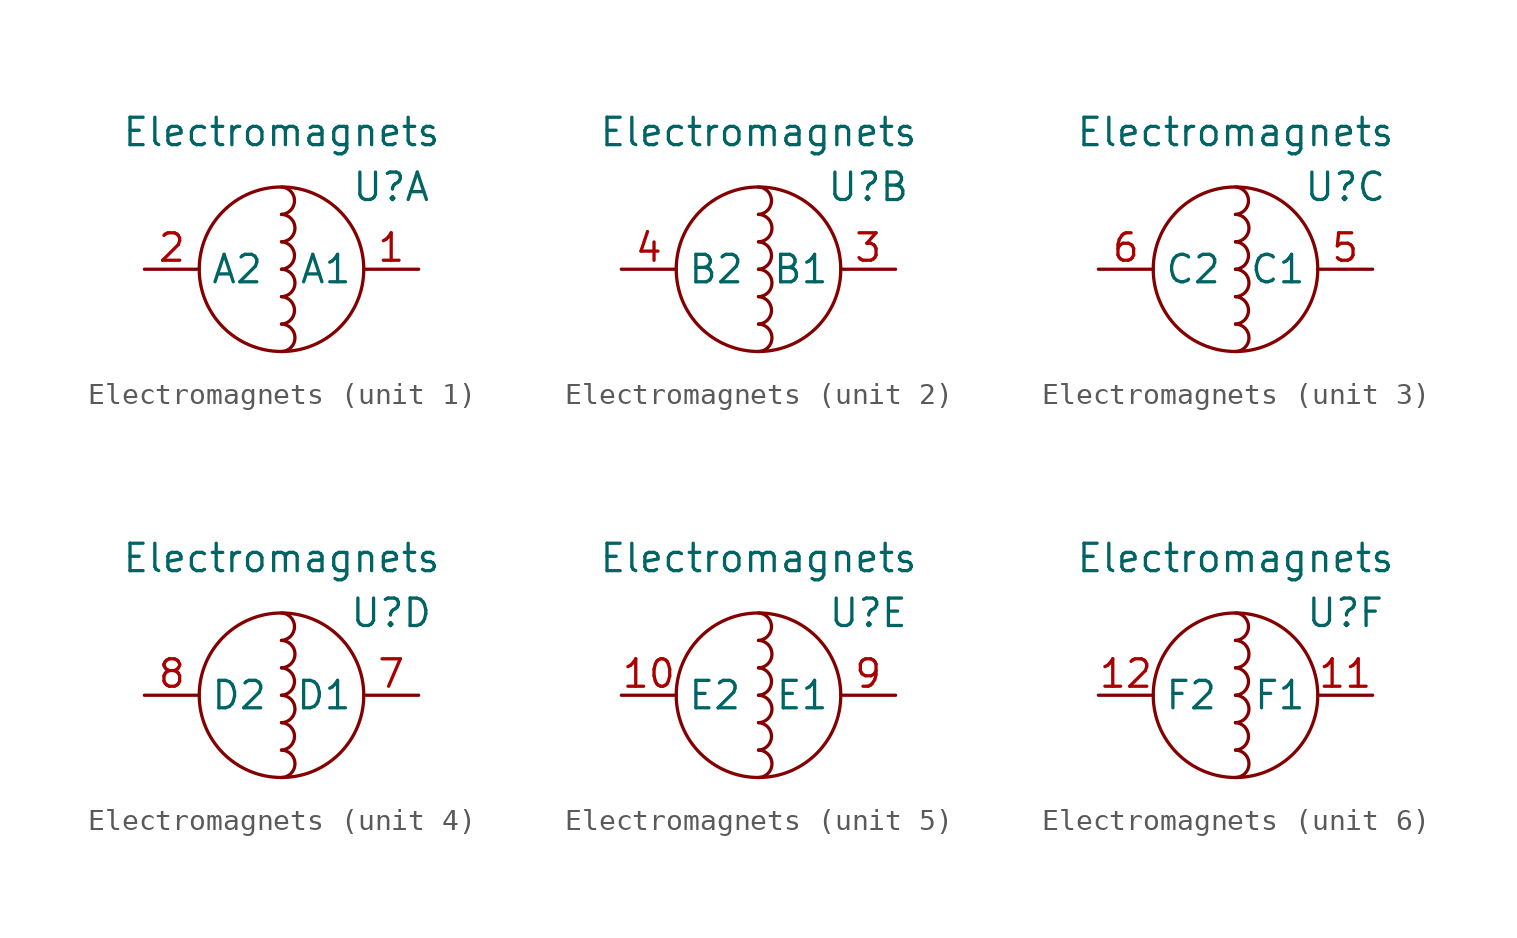
<source format=kicad_sym>
(kicad_symbol_lib
  (version 20211014)
  (generator kicad_symbol_editor)
  (symbol "Electromagnets"
    (property "Reference" "U"
      (at 5.08 -1.27 0)
      (effects (font (size 1.27 1.27))))
    (property "Value" "Electromagnets"
      (at 0 1.27 0)
      (effects (font (size 1.27 1.27))))
    (symbol "Electromagnets_0_1"
      (arc (start 0 -8.89) (mid 0.6238 -8.255) (end 0 -7.62) (stroke (width 0) (type default) (color 0 0 0 0)) (fill (type none)))
      (arc (start 0 -7.62) (mid 0.6021 -6.985) (end 0 -6.35) (stroke (width 0) (type default) (color 0 0 0 0)) (fill (type none)))
      (arc (start 0 -6.35) (mid 0.6238 -5.715) (end 0 -5.08) (stroke (width 0) (type default) (color 0 0 0 0)) (fill (type none)))
      (arc (start 0 -5.08) (mid 0.6021 -4.445) (end 0 -3.81) (stroke (width 0) (type default) (color 0 0 0 0)) (fill (type none)))
      (circle (center 0 -5.08) (radius 3.81) (stroke (width 0) (type default) (color 0 0 0 0)) (fill (type none)))
      (arc (start 0 -3.81) (mid 0.6238 -3.175) (end 0 -2.54) (stroke (width 0) (type default) (color 0 0 0 0)) (fill (type none)))
      (arc (start 0 -2.54) (mid 0.6021 -1.905) (end 0 -1.27) (stroke (width 0) (type default) (color 0 0 0 0)) (fill (type none))))
    (symbol "Electromagnets_1_1"
      (pin passive line (at 6.35 -5.08 180) (length 2.54) (name "A1" (effects (font (size 1.27 1.27)))) (number "1" (effects (font (size 1.27 1.27)))))
      (pin passive line (at -6.35 -5.08 0) (length 2.54) (name "A2" (effects (font (size 1.27 1.27)))) (number "2" (effects (font (size 1.27 1.27))))))
    (symbol "Electromagnets_2_1"
      (pin passive line (at 6.35 -5.08 180) (length 2.54) (name "B1" (effects (font (size 1.27 1.27)))) (number "3" (effects (font (size 1.27 1.27)))))
      (pin passive line (at -6.35 -5.08 0) (length 2.54) (name "B2" (effects (font (size 1.27 1.27)))) (number "4" (effects (font (size 1.27 1.27))))))
    (symbol "Electromagnets_3_1"
      (pin passive line (at 6.35 -5.08 180) (length 2.54) (name "C1" (effects (font (size 1.27 1.27)))) (number "5" (effects (font (size 1.27 1.27)))))
      (pin passive line (at -6.35 -5.08 0) (length 2.54) (name "C2" (effects (font (size 1.27 1.27)))) (number "6" (effects (font (size 1.27 1.27))))))
    (symbol "Electromagnets_4_1"
      (pin passive line (at 6.35 -5.08 180) (length 2.54) (name "D1" (effects (font (size 1.27 1.27)))) (number "7" (effects (font (size 1.27 1.27)))))
      (pin passive line (at -6.35 -5.08 0) (length 2.54) (name "D2" (effects (font (size 1.27 1.27)))) (number "8" (effects (font (size 1.27 1.27))))))
    (symbol "Electromagnets_5_1"
      (pin passive line (at -6.35 -5.08 0) (length 2.54) (name "E2" (effects (font (size 1.27 1.27)))) (number "10" (effects (font (size 1.27 1.27)))))
      (pin passive line (at 6.35 -5.08 180) (length 2.54) (name "E1" (effects (font (size 1.27 1.27)))) (number "9" (effects (font (size 1.27 1.27))))))
    (symbol "Electromagnets_6_1"
      (pin passive line (at 6.35 -5.08 180) (length 2.54) (name "F1" (effects (font (size 1.27 1.27)))) (number "11" (effects (font (size 1.27 1.27)))))
      (pin passive line (at -6.35 -5.08 0) (length 2.54) (name "F2" (effects (font (size 1.27 1.27)))) (number "12" (effects (font (size 1.27 1.27))))))))
</source>
